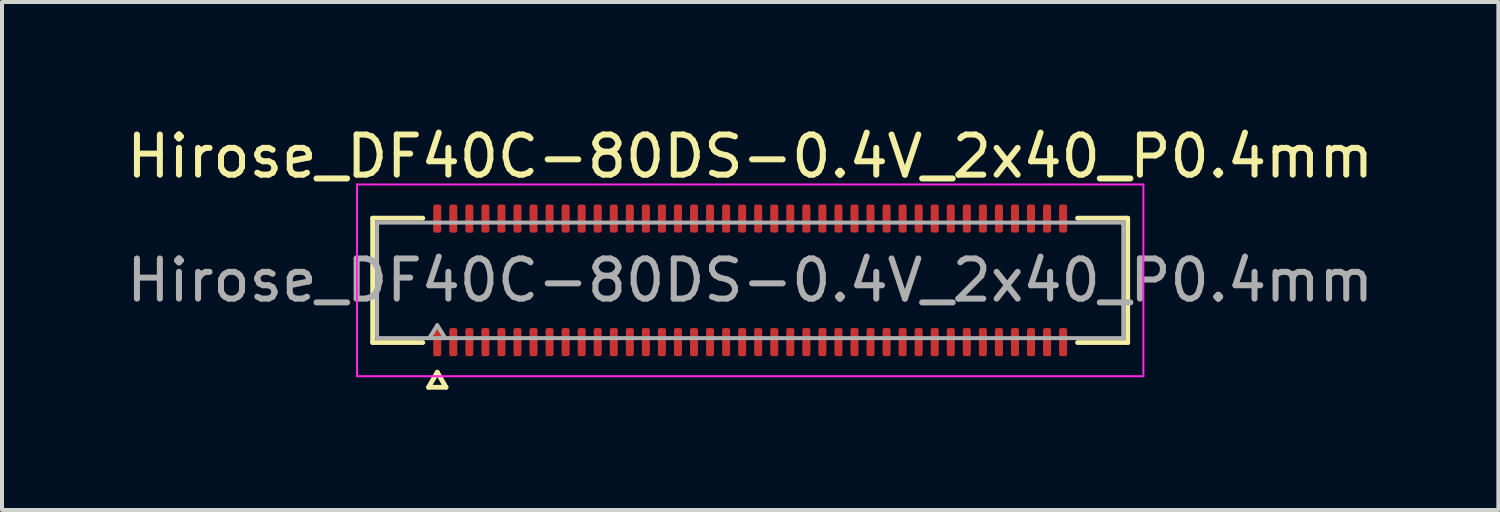
<source format=kicad_pcb>
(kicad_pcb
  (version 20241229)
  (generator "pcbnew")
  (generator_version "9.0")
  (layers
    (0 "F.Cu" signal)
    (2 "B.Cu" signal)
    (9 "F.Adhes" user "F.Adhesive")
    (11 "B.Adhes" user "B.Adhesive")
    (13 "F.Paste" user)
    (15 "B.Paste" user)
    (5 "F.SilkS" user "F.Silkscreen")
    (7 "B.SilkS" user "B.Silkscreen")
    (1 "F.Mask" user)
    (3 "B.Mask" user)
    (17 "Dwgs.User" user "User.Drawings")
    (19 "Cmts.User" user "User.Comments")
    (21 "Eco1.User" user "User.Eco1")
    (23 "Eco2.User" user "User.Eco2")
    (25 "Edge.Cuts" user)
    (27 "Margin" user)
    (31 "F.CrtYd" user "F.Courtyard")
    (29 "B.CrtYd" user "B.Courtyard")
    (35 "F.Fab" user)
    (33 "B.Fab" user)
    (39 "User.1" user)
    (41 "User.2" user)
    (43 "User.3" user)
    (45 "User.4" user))
  (footprint "Hirose_DF40C-80DS-0.4V_2x40_P0.4mm"
    (layer "F.Cu")
    (at 15.649 3.938)
    (property "Reference" "Hirose_DF40C-80DS-0.4V_2x40_P0.4mm" (at 0 -3.09 0) (layer "F.SilkS") (effects (font (size 1 1) (thickness 0.15))))
    (attr smd)
    (fp_line (start -9.41 -1.55) (end -8.16 -1.55) (stroke (width 0.12) (type solid)) (layer "F.SilkS"))
    (fp_line (start -9.41 1.55) (end -9.41 -1.55) (stroke (width 0.12) (type solid)) (layer "F.SilkS"))
    (fp_line (start -8.16 1.55) (end -9.41 1.55) (stroke (width 0.12) (type solid)) (layer "F.SilkS"))
    (fp_line (start -8.017 2.665) (end -7.8 2.29) (stroke (width 0.12) (type solid)) (layer "F.SilkS"))
    (fp_line (start -7.8 2.29) (end -7.583 2.665) (stroke (width 0.12) (type solid)) (layer "F.SilkS"))
    (fp_line (start -7.583 2.665) (end -8.017 2.665) (stroke (width 0.12) (type solid)) (layer "F.SilkS"))
    (fp_line (start 8.16 -1.55) (end 9.41 -1.55) (stroke (width 0.12) (type solid)) (layer "F.SilkS"))
    (fp_line (start 9.41 -1.55) (end 9.41 1.55) (stroke (width 0.12) (type solid)) (layer "F.SilkS"))
    (fp_line (start 9.41 1.55) (end 8.16 1.55) (stroke (width 0.12) (type solid)) (layer "F.SilkS"))
    (fp_line (start -9.8 -2.39) (end -9.8 2.39) (stroke (width 0.05) (type solid)) (layer "F.CrtYd"))
    (fp_line (start -9.8 2.39) (end 9.8 2.39) (stroke (width 0.05) (type solid)) (layer "F.CrtYd"))
    (fp_line (start 9.8 -2.39) (end -9.8 -2.39) (stroke (width 0.05) (type solid)) (layer "F.CrtYd"))
    (fp_line (start 9.8 2.39) (end 9.8 -2.39) (stroke (width 0.05) (type solid)) (layer "F.CrtYd"))
    (fp_line (start -9.3 -1.44) (end 9.3 -1.44) (stroke (width 0.1) (type solid)) (layer "F.Fab"))
    (fp_line (start -9.3 1.44) (end -9.3 -1.44) (stroke (width 0.1) (type solid)) (layer "F.Fab"))
    (fp_line (start -8 1.44) (end -7.8 1.12) (stroke (width 0.1) (type solid)) (layer "F.Fab"))
    (fp_line (start -7.8 1.12) (end -7.6 1.44) (stroke (width 0.1) (type solid)) (layer "F.Fab"))
    (fp_line (start 9.3 -1.44) (end 9.3 1.44) (stroke (width 0.1) (type solid)) (layer "F.Fab"))
    (fp_line (start 9.3 1.44) (end -9.3 1.44) (stroke (width 0.1) (type solid)) (layer "F.Fab"))
    (fp_text user "${REFERENCE}" (at 0 0 0) (layer "F.Fab") (effects (font (size 1 1) (thickness 0.15))))
    (pad "1" smd roundrect (at -7.8 1.54) (size 0.2 0.7) (layers "F.Cu" "F.Mask" "F.Paste") (roundrect_rratio 0.25))
    (pad "2" smd roundrect (at -7.8 -1.54) (size 0.2 0.7) (layers "F.Cu" "F.Mask" "F.Paste") (roundrect_rratio 0.25))
    (pad "3" smd roundrect (at -7.4 1.54) (size 0.2 0.7) (layers "F.Cu" "F.Mask" "F.Paste") (roundrect_rratio 0.25))
    (pad "4" smd roundrect (at -7.4 -1.54) (size 0.2 0.7) (layers "F.Cu" "F.Mask" "F.Paste") (roundrect_rratio 0.25))
    (pad "5" smd roundrect (at -7 1.54) (size 0.2 0.7) (layers "F.Cu" "F.Mask" "F.Paste") (roundrect_rratio 0.25))
    (pad "6" smd roundrect (at -7 -1.54) (size 0.2 0.7) (layers "F.Cu" "F.Mask" "F.Paste") (roundrect_rratio 0.25))
    (pad "7" smd roundrect (at -6.6 1.54) (size 0.2 0.7) (layers "F.Cu" "F.Mask" "F.Paste") (roundrect_rratio 0.25))
    (pad "8" smd roundrect (at -6.6 -1.54) (size 0.2 0.7) (layers "F.Cu" "F.Mask" "F.Paste") (roundrect_rratio 0.25))
    (pad "9" smd roundrect (at -6.2 1.54) (size 0.2 0.7) (layers "F.Cu" "F.Mask" "F.Paste") (roundrect_rratio 0.25))
    (pad "10" smd roundrect (at -6.2 -1.54) (size 0.2 0.7) (layers "F.Cu" "F.Mask" "F.Paste") (roundrect_rratio 0.25))
    (pad "11" smd roundrect (at -5.8 1.54) (size 0.2 0.7) (layers "F.Cu" "F.Mask" "F.Paste") (roundrect_rratio 0.25))
    (pad "12" smd roundrect (at -5.8 -1.54) (size 0.2 0.7) (layers "F.Cu" "F.Mask" "F.Paste") (roundrect_rratio 0.25))
    (pad "13" smd roundrect (at -5.4 1.54) (size 0.2 0.7) (layers "F.Cu" "F.Mask" "F.Paste") (roundrect_rratio 0.25))
    (pad "14" smd roundrect (at -5.4 -1.54) (size 0.2 0.7) (layers "F.Cu" "F.Mask" "F.Paste") (roundrect_rratio 0.25))
    (pad "15" smd roundrect (at -5 1.54) (size 0.2 0.7) (layers "F.Cu" "F.Mask" "F.Paste") (roundrect_rratio 0.25))
    (pad "16" smd roundrect (at -5 -1.54) (size 0.2 0.7) (layers "F.Cu" "F.Mask" "F.Paste") (roundrect_rratio 0.25))
    (pad "17" smd roundrect (at -4.6 1.54) (size 0.2 0.7) (layers "F.Cu" "F.Mask" "F.Paste") (roundrect_rratio 0.25))
    (pad "18" smd roundrect (at -4.6 -1.54) (size 0.2 0.7) (layers "F.Cu" "F.Mask" "F.Paste") (roundrect_rratio 0.25))
    (pad "19" smd roundrect (at -4.2 1.54) (size 0.2 0.7) (layers "F.Cu" "F.Mask" "F.Paste") (roundrect_rratio 0.25))
    (pad "20" smd roundrect (at -4.2 -1.54) (size 0.2 0.7) (layers "F.Cu" "F.Mask" "F.Paste") (roundrect_rratio 0.25))
    (pad "21" smd roundrect (at -3.8 1.54) (size 0.2 0.7) (layers "F.Cu" "F.Mask" "F.Paste") (roundrect_rratio 0.25))
    (pad "22" smd roundrect (at -3.8 -1.54) (size 0.2 0.7) (layers "F.Cu" "F.Mask" "F.Paste") (roundrect_rratio 0.25))
    (pad "23" smd roundrect (at -3.4 1.54) (size 0.2 0.7) (layers "F.Cu" "F.Mask" "F.Paste") (roundrect_rratio 0.25))
    (pad "24" smd roundrect (at -3.4 -1.54) (size 0.2 0.7) (layers "F.Cu" "F.Mask" "F.Paste") (roundrect_rratio 0.25))
    (pad "25" smd roundrect (at -3 1.54) (size 0.2 0.7) (layers "F.Cu" "F.Mask" "F.Paste") (roundrect_rratio 0.25))
    (pad "26" smd roundrect (at -3 -1.54) (size 0.2 0.7) (layers "F.Cu" "F.Mask" "F.Paste") (roundrect_rratio 0.25))
    (pad "27" smd roundrect (at -2.6 1.54) (size 0.2 0.7) (layers "F.Cu" "F.Mask" "F.Paste") (roundrect_rratio 0.25))
    (pad "28" smd roundrect (at -2.6 -1.54) (size 0.2 0.7) (layers "F.Cu" "F.Mask" "F.Paste") (roundrect_rratio 0.25))
    (pad "29" smd roundrect (at -2.2 1.54) (size 0.2 0.7) (layers "F.Cu" "F.Mask" "F.Paste") (roundrect_rratio 0.25))
    (pad "30" smd roundrect (at -2.2 -1.54) (size 0.2 0.7) (layers "F.Cu" "F.Mask" "F.Paste") (roundrect_rratio 0.25))
    (pad "31" smd roundrect (at -1.8 1.54) (size 0.2 0.7) (layers "F.Cu" "F.Mask" "F.Paste") (roundrect_rratio 0.25))
    (pad "32" smd roundrect (at -1.8 -1.54) (size 0.2 0.7) (layers "F.Cu" "F.Mask" "F.Paste") (roundrect_rratio 0.25))
    (pad "33" smd roundrect (at -1.4 1.54) (size 0.2 0.7) (layers "F.Cu" "F.Mask" "F.Paste") (roundrect_rratio 0.25))
    (pad "34" smd roundrect (at -1.4 -1.54) (size 0.2 0.7) (layers "F.Cu" "F.Mask" "F.Paste") (roundrect_rratio 0.25))
    (pad "35" smd roundrect (at -1 1.54) (size 0.2 0.7) (layers "F.Cu" "F.Mask" "F.Paste") (roundrect_rratio 0.25))
    (pad "36" smd roundrect (at -1 -1.54) (size 0.2 0.7) (layers "F.Cu" "F.Mask" "F.Paste") (roundrect_rratio 0.25))
    (pad "37" smd roundrect (at -0.6 1.54) (size 0.2 0.7) (layers "F.Cu" "F.Mask" "F.Paste") (roundrect_rratio 0.25))
    (pad "38" smd roundrect (at -0.6 -1.54) (size 0.2 0.7) (layers "F.Cu" "F.Mask" "F.Paste") (roundrect_rratio 0.25))
    (pad "39" smd roundrect (at -0.2 1.54) (size 0.2 0.7) (layers "F.Cu" "F.Mask" "F.Paste") (roundrect_rratio 0.25))
    (pad "40" smd roundrect (at -0.2 -1.54) (size 0.2 0.7) (layers "F.Cu" "F.Mask" "F.Paste") (roundrect_rratio 0.25))
    (pad "41" smd roundrect (at 0.2 1.54) (size 0.2 0.7) (layers "F.Cu" "F.Mask" "F.Paste") (roundrect_rratio 0.25))
    (pad "42" smd roundrect (at 0.2 -1.54) (size 0.2 0.7) (layers "F.Cu" "F.Mask" "F.Paste") (roundrect_rratio 0.25))
    (pad "43" smd roundrect (at 0.6 1.54) (size 0.2 0.7) (layers "F.Cu" "F.Mask" "F.Paste") (roundrect_rratio 0.25))
    (pad "44" smd roundrect (at 0.6 -1.54) (size 0.2 0.7) (layers "F.Cu" "F.Mask" "F.Paste") (roundrect_rratio 0.25))
    (pad "45" smd roundrect (at 1 1.54) (size 0.2 0.7) (layers "F.Cu" "F.Mask" "F.Paste") (roundrect_rratio 0.25))
    (pad "46" smd roundrect (at 1 -1.54) (size 0.2 0.7) (layers "F.Cu" "F.Mask" "F.Paste") (roundrect_rratio 0.25))
    (pad "47" smd roundrect (at 1.4 1.54) (size 0.2 0.7) (layers "F.Cu" "F.Mask" "F.Paste") (roundrect_rratio 0.25))
    (pad "48" smd roundrect (at 1.4 -1.54) (size 0.2 0.7) (layers "F.Cu" "F.Mask" "F.Paste") (roundrect_rratio 0.25))
    (pad "49" smd roundrect (at 1.8 1.54) (size 0.2 0.7) (layers "F.Cu" "F.Mask" "F.Paste") (roundrect_rratio 0.25))
    (pad "50" smd roundrect (at 1.8 -1.54) (size 0.2 0.7) (layers "F.Cu" "F.Mask" "F.Paste") (roundrect_rratio 0.25))
    (pad "51" smd roundrect (at 2.2 1.54) (size 0.2 0.7) (layers "F.Cu" "F.Mask" "F.Paste") (roundrect_rratio 0.25))
    (pad "52" smd roundrect (at 2.2 -1.54) (size 0.2 0.7) (layers "F.Cu" "F.Mask" "F.Paste") (roundrect_rratio 0.25))
    (pad "53" smd roundrect (at 2.6 1.54) (size 0.2 0.7) (layers "F.Cu" "F.Mask" "F.Paste") (roundrect_rratio 0.25))
    (pad "54" smd roundrect (at 2.6 -1.54) (size 0.2 0.7) (layers "F.Cu" "F.Mask" "F.Paste") (roundrect_rratio 0.25))
    (pad "55" smd roundrect (at 3 1.54) (size 0.2 0.7) (layers "F.Cu" "F.Mask" "F.Paste") (roundrect_rratio 0.25))
    (pad "56" smd roundrect (at 3 -1.54) (size 0.2 0.7) (layers "F.Cu" "F.Mask" "F.Paste") (roundrect_rratio 0.25))
    (pad "57" smd roundrect (at 3.4 1.54) (size 0.2 0.7) (layers "F.Cu" "F.Mask" "F.Paste") (roundrect_rratio 0.25))
    (pad "58" smd roundrect (at 3.4 -1.54) (size 0.2 0.7) (layers "F.Cu" "F.Mask" "F.Paste") (roundrect_rratio 0.25))
    (pad "59" smd roundrect (at 3.8 1.54) (size 0.2 0.7) (layers "F.Cu" "F.Mask" "F.Paste") (roundrect_rratio 0.25))
    (pad "60" smd roundrect (at 3.8 -1.54) (size 0.2 0.7) (layers "F.Cu" "F.Mask" "F.Paste") (roundrect_rratio 0.25))
    (pad "61" smd roundrect (at 4.2 1.54) (size 0.2 0.7) (layers "F.Cu" "F.Mask" "F.Paste") (roundrect_rratio 0.25))
    (pad "62" smd roundrect (at 4.2 -1.54) (size 0.2 0.7) (layers "F.Cu" "F.Mask" "F.Paste") (roundrect_rratio 0.25))
    (pad "63" smd roundrect (at 4.6 1.54) (size 0.2 0.7) (layers "F.Cu" "F.Mask" "F.Paste") (roundrect_rratio 0.25))
    (pad "64" smd roundrect (at 4.6 -1.54) (size 0.2 0.7) (layers "F.Cu" "F.Mask" "F.Paste") (roundrect_rratio 0.25))
    (pad "65" smd roundrect (at 5 1.54) (size 0.2 0.7) (layers "F.Cu" "F.Mask" "F.Paste") (roundrect_rratio 0.25))
    (pad "66" smd roundrect (at 5 -1.54) (size 0.2 0.7) (layers "F.Cu" "F.Mask" "F.Paste") (roundrect_rratio 0.25))
    (pad "67" smd roundrect (at 5.4 1.54) (size 0.2 0.7) (layers "F.Cu" "F.Mask" "F.Paste") (roundrect_rratio 0.25))
    (pad "68" smd roundrect (at 5.4 -1.54) (size 0.2 0.7) (layers "F.Cu" "F.Mask" "F.Paste") (roundrect_rratio 0.25))
    (pad "69" smd roundrect (at 5.8 1.54) (size 0.2 0.7) (layers "F.Cu" "F.Mask" "F.Paste") (roundrect_rratio 0.25))
    (pad "70" smd roundrect (at 5.8 -1.54) (size 0.2 0.7) (layers "F.Cu" "F.Mask" "F.Paste") (roundrect_rratio 0.25))
    (pad "71" smd roundrect (at 6.2 1.54) (size 0.2 0.7) (layers "F.Cu" "F.Mask" "F.Paste") (roundrect_rratio 0.25))
    (pad "72" smd roundrect (at 6.2 -1.54) (size 0.2 0.7) (layers "F.Cu" "F.Mask" "F.Paste") (roundrect_rratio 0.25))
    (pad "73" smd roundrect (at 6.6 1.54) (size 0.2 0.7) (layers "F.Cu" "F.Mask" "F.Paste") (roundrect_rratio 0.25))
    (pad "74" smd roundrect (at 6.6 -1.54) (size 0.2 0.7) (layers "F.Cu" "F.Mask" "F.Paste") (roundrect_rratio 0.25))
    (pad "75" smd roundrect (at 7 1.54) (size 0.2 0.7) (layers "F.Cu" "F.Mask" "F.Paste") (roundrect_rratio 0.25))
    (pad "76" smd roundrect (at 7 -1.54) (size 0.2 0.7) (layers "F.Cu" "F.Mask" "F.Paste") (roundrect_rratio 0.25))
    (pad "77" smd roundrect (at 7.4 1.54) (size 0.2 0.7) (layers "F.Cu" "F.Mask" "F.Paste") (roundrect_rratio 0.25))
    (pad "78" smd roundrect (at 7.4 -1.54) (size 0.2 0.7) (layers "F.Cu" "F.Mask" "F.Paste") (roundrect_rratio 0.25))
    (pad "79" smd roundrect (at 7.8 1.54) (size 0.2 0.7) (layers "F.Cu" "F.Mask" "F.Paste") (roundrect_rratio 0.25))
    (pad "80" smd roundrect (at 7.8 -1.54) (size 0.2 0.7) (layers "F.Cu" "F.Mask" "F.Paste") (roundrect_rratio 0.25)))
  (gr_rect
    (start -3 -3)
    (end 34.298 9.663)
    (stroke (width 0.1) (type default))
    (fill no)
    (layer "Edge.Cuts")))
</source>
